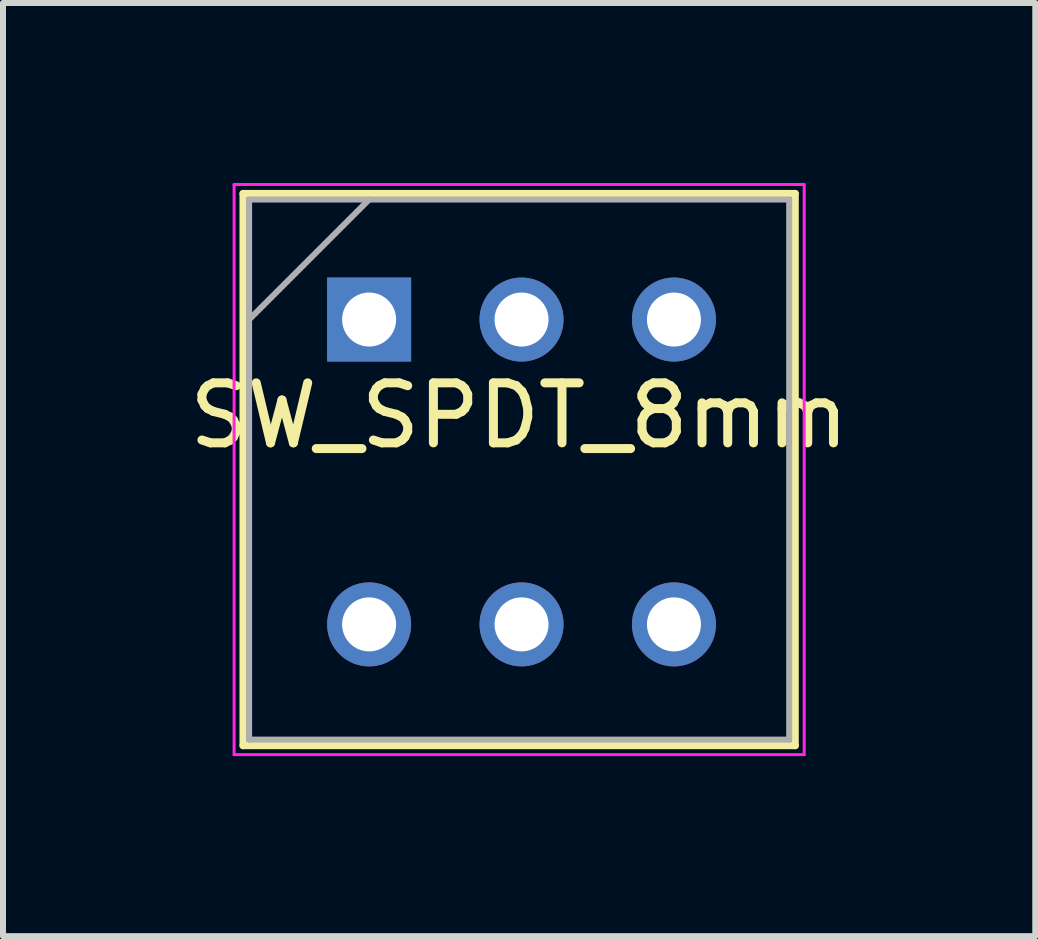
<source format=kicad_pcb>
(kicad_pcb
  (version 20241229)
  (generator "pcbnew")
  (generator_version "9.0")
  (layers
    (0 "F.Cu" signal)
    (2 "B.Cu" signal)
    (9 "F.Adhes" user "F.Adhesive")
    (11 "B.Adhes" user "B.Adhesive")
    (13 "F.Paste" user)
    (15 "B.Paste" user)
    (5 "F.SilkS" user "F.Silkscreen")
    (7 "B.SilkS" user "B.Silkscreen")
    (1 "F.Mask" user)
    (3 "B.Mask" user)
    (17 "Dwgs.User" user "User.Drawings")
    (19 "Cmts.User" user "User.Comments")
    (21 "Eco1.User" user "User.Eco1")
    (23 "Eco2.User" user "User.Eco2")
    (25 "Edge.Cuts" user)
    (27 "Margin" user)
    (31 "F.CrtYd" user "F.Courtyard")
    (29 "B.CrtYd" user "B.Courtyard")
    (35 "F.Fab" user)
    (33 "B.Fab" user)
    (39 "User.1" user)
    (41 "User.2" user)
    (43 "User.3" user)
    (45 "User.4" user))
  (footprint "SW_SPDT_8mm"
    (layer "F.Cu")
    (at 3.101 2.275)
    (property "Reference" "SW_SPDT_8mm" (at 2.5 1.6 0) (layer "F.SilkS") (effects (font (size 1 1) (thickness 0.15))))
    (attr through_hole)
    (fp_line (start -2.1 -2.1) (end -2.1 7.1) (stroke (width 0.12) (type solid)) (layer "F.SilkS"))
    (fp_line (start -2.1 7.1) (end 7.1 7.1) (stroke (width 0.12) (type solid)) (layer "F.SilkS"))
    (fp_line (start 7.1 -2.1) (end -2.1 -2.1) (stroke (width 0.12) (type solid)) (layer "F.SilkS"))
    (fp_line (start 7.1 7.1) (end 7.1 -2.1) (stroke (width 0.12) (type solid)) (layer "F.SilkS"))
    (fp_line (start -2.25 -2.25) (end -2.25 7.25) (stroke (width 0.05) (type solid)) (layer "F.CrtYd"))
    (fp_line (start -2.25 7.25) (end 7.25 7.25) (stroke (width 0.05) (type solid)) (layer "F.CrtYd"))
    (fp_line (start 7.25 -2.25) (end -2.25 -2.25) (stroke (width 0.05) (type solid)) (layer "F.CrtYd"))
    (fp_line (start 7.25 7.25) (end 7.25 -2.25) (stroke (width 0.05) (type solid)) (layer "F.CrtYd"))
    (fp_line (start -2 -2) (end 7 -2) (stroke (width 0.1) (type solid)) (layer "F.Fab"))
    (fp_line (start -2 0) (end 0 -2) (stroke (width 0.1) (type solid)) (layer "F.Fab"))
    (fp_line (start -2 7) (end -2 -2) (stroke (width 0.1) (type solid)) (layer "F.Fab"))
    (fp_line (start 7 -2) (end 7 7) (stroke (width 0.1) (type solid)) (layer "F.Fab"))
    (fp_line (start 7 7) (end -2 7) (stroke (width 0.1) (type solid)) (layer "F.Fab"))
    (pad "1" thru_hole rect (at 0 0) (size 1.4 1.4) (drill 0.9) (layers "*.Cu" "*.Mask"))
    (pad "2" thru_hole circle (at 2.54 0) (size 1.4 1.4) (drill 0.9) (layers "*.Cu" "*.Mask"))
    (pad "3" thru_hole circle (at 5.08 0) (size 1.4 1.4) (drill 0.9) (layers "*.Cu" "*.Mask"))
    (pad "4" thru_hole circle (at 0 5.08) (size 1.4 1.4) (drill 0.9) (layers "*.Cu" "*.Mask"))
    (pad "5" thru_hole circle (at 2.54 5.08) (size 1.4 1.4) (drill 0.9) (layers "*.Cu" "*.Mask"))
    (pad "6" thru_hole circle (at 5.08 5.08) (size 1.4 1.4) (drill 0.9) (layers "*.Cu" "*.Mask")))
  (gr_rect
    (start -3 -3)
    (end 14.202 12.55)
    (stroke (width 0.1) (type default))
    (fill no)
    (layer "Edge.Cuts")))
</source>
